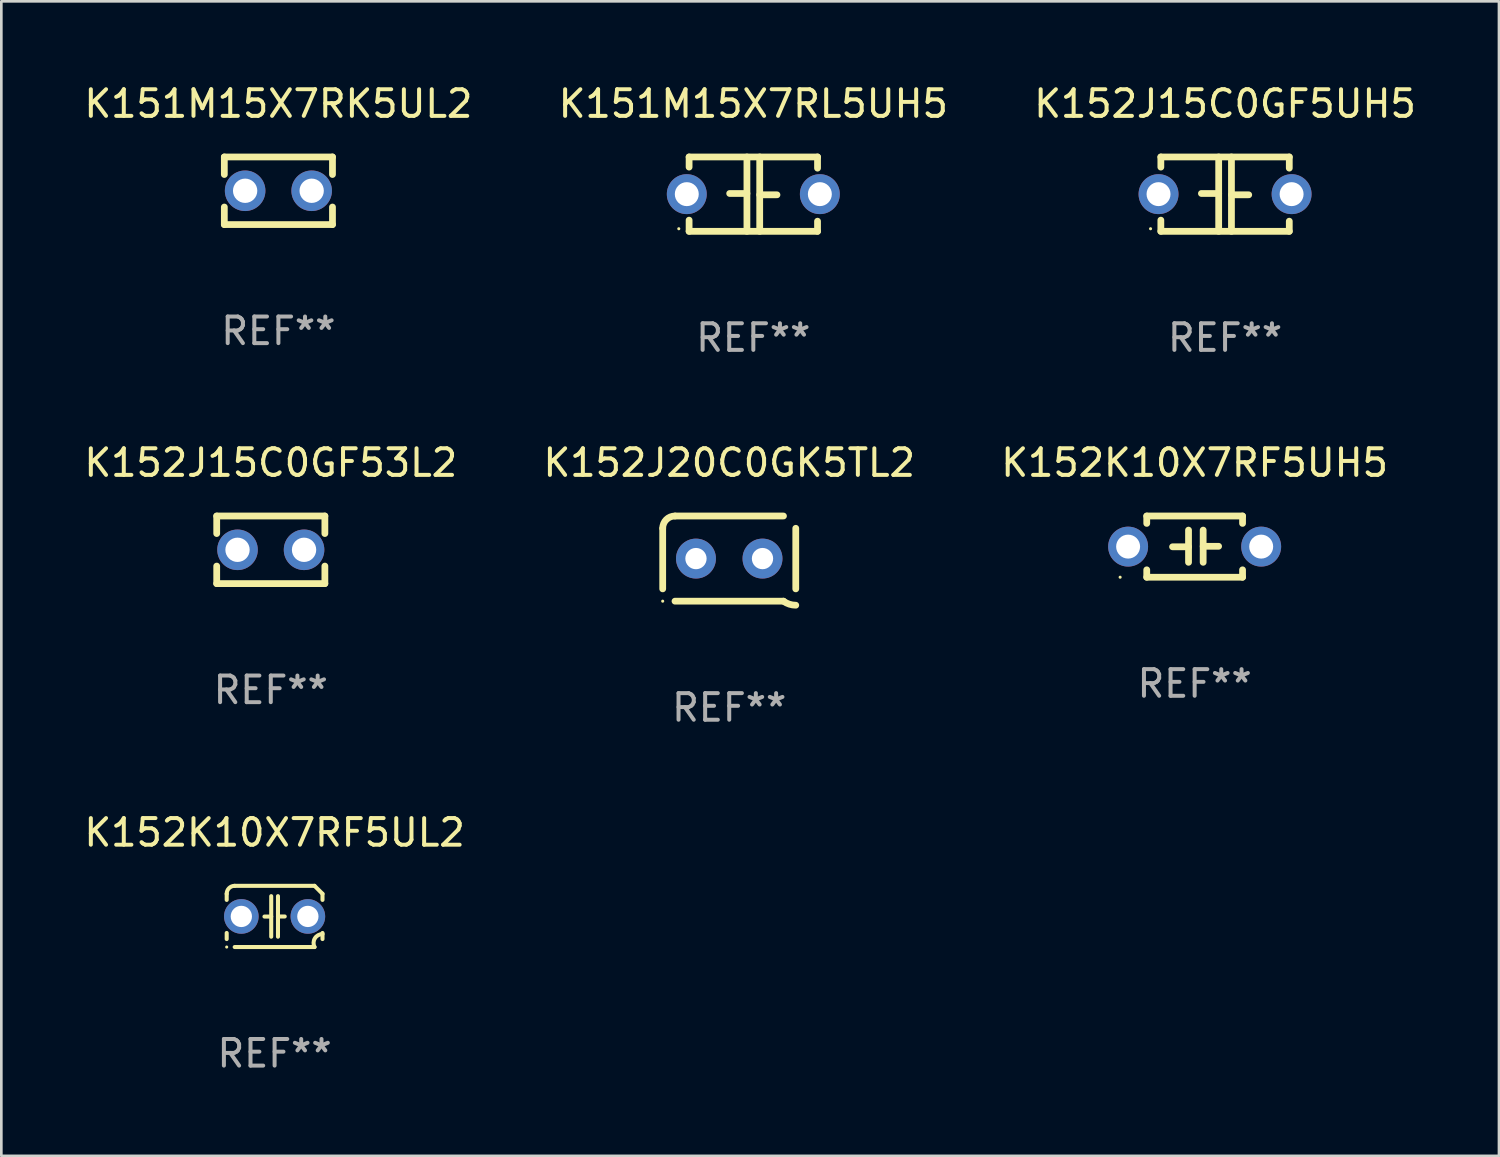
<source format=kicad_pcb>
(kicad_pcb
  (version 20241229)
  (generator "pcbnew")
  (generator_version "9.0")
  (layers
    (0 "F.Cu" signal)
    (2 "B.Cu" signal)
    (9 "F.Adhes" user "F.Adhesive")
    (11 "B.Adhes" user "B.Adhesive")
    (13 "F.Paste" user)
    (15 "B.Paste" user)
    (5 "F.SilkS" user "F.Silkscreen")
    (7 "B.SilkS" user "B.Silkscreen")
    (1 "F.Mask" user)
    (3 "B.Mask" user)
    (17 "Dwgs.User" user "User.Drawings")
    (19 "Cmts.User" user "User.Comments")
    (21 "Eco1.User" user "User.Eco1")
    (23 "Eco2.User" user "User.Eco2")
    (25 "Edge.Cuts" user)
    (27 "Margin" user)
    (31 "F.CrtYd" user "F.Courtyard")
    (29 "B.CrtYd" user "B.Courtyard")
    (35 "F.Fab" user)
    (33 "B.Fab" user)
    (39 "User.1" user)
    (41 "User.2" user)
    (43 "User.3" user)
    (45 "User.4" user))
  (footprint "K151M15X7RK5UL2"
    (layer "F.Cu")
    (at 7.411 4.118)
    (property "Reference" "K151M15X7RK5UL2" (at 0 -3.27 0) (layer "F.SilkS") (effects (font (size 1 1) (thickness 0.15))))
    (attr through_hole)
    (fp_line (start -2.032 -1.27) (end -2.032 -0.611) (stroke (width 0.254) (type solid)) (layer "F.SilkS"))
    (fp_line (start -2.032 0.611) (end -2.032 1.27) (stroke (width 0.254) (type solid)) (layer "F.SilkS"))
    (fp_line (start -2.032 1.27) (end 2.032 1.27) (stroke (width 0.254) (type solid)) (layer "F.SilkS"))
    (fp_line (start 2.032 -1.27) (end -2.032 -1.27) (stroke (width 0.254) (type solid)) (layer "F.SilkS"))
    (fp_line (start 2.032 -0.611) (end 2.032 -1.27) (stroke (width 0.254) (type solid)) (layer "F.SilkS"))
    (fp_line (start 2.032 1.27) (end 2.032 0.611) (stroke (width 0.254) (type solid)) (layer "F.SilkS"))
    (fp_circle (center -2 1.3) (end -1.97 1.3) (stroke (width 0.06) (type solid)) (fill no) (layer "F.SilkS"))
    (fp_text user "REF**" (at 0 5.27 0) (layer "F.Fab") (effects (font (size 1 1) (thickness 0.15))))
    (pad "1" thru_hole circle (at -1.25 0) (size 1.524 1.524) (drill 0.914) (layers "*.Cu" "*.Mask"))
    (pad "2" thru_hole circle (at 1.25 0) (size 1.524 1.524) (drill 0.914) (layers "*.Cu" "*.Mask")))
  (footprint "K152J20C0GK5TL2"
    (layer "F.Cu")
    (at 24.351 17.939)
    (property "Reference" "K152J20C0GK5TL2" (at 0 -3.6 0) (layer "F.SilkS") (effects (font (size 1 1) (thickness 0.15))))
    (attr through_hole)
    (fp_line (start -2.5 1.138) (end -2.5 -1.138) (stroke (width 0.254) (type solid)) (layer "F.SilkS"))
    (fp_line (start -2.038 1.6) (end 2.038 1.6) (stroke (width 0.254) (type solid)) (layer "F.SilkS"))
    (fp_line (start 2.038 -1.6) (end -2.038 -1.6) (stroke (width 0.254) (type solid)) (layer "F.SilkS"))
    (fp_line (start 2.5 -1.138) (end 2.5 1.138) (stroke (width 0.254) (type solid)) (layer "F.SilkS"))
    (fp_arc (start -2.5 -1.137744) (mid -2.364601 -1.464626) (end -2.037719 -1.600025) (stroke (width 0.254001) (type solid)) (layer "F.SilkS"))
    (fp_arc (start -2.5 1.137719) (mid 2.500022 -1.137741) (end -2.5 1.137719) (stroke (width 0.254001) (type solid)) (layer "F.SilkS"))
    (fp_arc (start 2.5 1.751767) (mid 2.256726 1.712861) (end 2.037719 1.600025) (stroke (width 0.254001) (type solid)) (layer "F.SilkS"))
    (fp_circle (center -2.5 1.6) (end -2.47 1.6) (stroke (width 0.06) (type solid)) (fill no) (layer "F.SilkS"))
    (fp_text user "REF**" (at 0 5.6 0) (layer "F.Fab") (effects (font (size 1 1) (thickness 0.15))))
    (pad "1" thru_hole circle (at -1.25 -0.000076) (size 1.5 1.5) (drill 0.8) (layers "*.Cu" "*.Mask"))
    (pad "2" thru_hole circle (at 1.25 -0.000076) (size 1.5 1.5) (drill 0.8) (layers "*.Cu" "*.Mask")))
  (footprint "K152J15C0GF5UH5"
    (layer "F.Cu")
    (at 42.982 4.245)
    (property "Reference" "K152J15C0GF5UH5" (at 0 -3.397 0) (layer "F.SilkS") (effects (font (size 1 1) (thickness 0.15))))
    (attr through_hole)
    (fp_line (start -2.413 -1.397) (end 2.413 -1.397) (stroke (width 0.254) (type solid)) (layer "F.SilkS"))
    (fp_line (start -2.413 -1.016) (end -2.413 -1.397) (stroke (width 0.254) (type solid)) (layer "F.SilkS"))
    (fp_line (start -2.413 0.977) (end -2.413 1.397) (stroke (width 0.254) (type solid)) (layer "F.SilkS"))
    (fp_line (start -0.24 -0.025) (end -0.889 -0.025) (stroke (width 0.254) (type solid)) (layer "F.SilkS"))
    (fp_line (start -0.24 1.397) (end -0.24 -1.397) (stroke (width 0.254) (type solid)) (layer "F.SilkS"))
    (fp_line (start 0.24 -1.397) (end 0.24 1.397) (stroke (width 0.254) (type solid)) (layer "F.SilkS"))
    (fp_line (start 0.24 0.025) (end 0.889 0.025) (stroke (width 0.254) (type solid)) (layer "F.SilkS"))
    (fp_line (start 2.413 -0.977) (end 2.413 -1.397) (stroke (width 0.254) (type solid)) (layer "F.SilkS"))
    (fp_line (start 2.413 1.016) (end 2.413 1.397) (stroke (width 0.254) (type solid)) (layer "F.SilkS"))
    (fp_line (start 2.413 1.397) (end -2.413 1.397) (stroke (width 0.254) (type solid)) (layer "F.SilkS"))
    (fp_circle (center -2.8 1.3) (end -2.77 1.3) (stroke (width 0.06) (type solid)) (fill no) (layer "F.SilkS"))
    (fp_text user "REF**" (at 0 5.397 0) (layer "F.Fab") (effects (font (size 1 1) (thickness 0.15))))
    (pad "1" thru_hole circle (at -2.5 0) (size 1.5 1.5) (drill 0.9) (layers "*.Cu" "*.Mask"))
    (pad "2" thru_hole circle (at 2.5 0) (size 1.5 1.5) (drill 0.9) (layers "*.Cu" "*.Mask")))
  (footprint "K152J15C0GF53L2"
    (layer "F.Cu")
    (at 7.125 17.609)
    (property "Reference" "K152J15C0GF53L2" (at 0 -3.27 0) (layer "F.SilkS") (effects (font (size 1 1) (thickness 0.15))))
    (attr through_hole)
    (fp_line (start -2.032 -1.27) (end -2.032 -0.611) (stroke (width 0.254) (type solid)) (layer "F.SilkS"))
    (fp_line (start -2.032 0.611) (end -2.032 1.27) (stroke (width 0.254) (type solid)) (layer "F.SilkS"))
    (fp_line (start -2.032 1.27) (end 2.032 1.27) (stroke (width 0.254) (type solid)) (layer "F.SilkS"))
    (fp_line (start 2.032 -1.27) (end -2.032 -1.27) (stroke (width 0.254) (type solid)) (layer "F.SilkS"))
    (fp_line (start 2.032 -0.611) (end 2.032 -1.27) (stroke (width 0.254) (type solid)) (layer "F.SilkS"))
    (fp_line (start 2.032 1.27) (end 2.032 0.611) (stroke (width 0.254) (type solid)) (layer "F.SilkS"))
    (fp_circle (center -2 1.3) (end -1.97 1.3) (stroke (width 0.06) (type solid)) (fill no) (layer "F.SilkS"))
    (fp_text user "REF**" (at 0 5.27 0) (layer "F.Fab") (effects (font (size 1 1) (thickness 0.15))))
    (pad "1" thru_hole circle (at -1.25 0) (size 1.524 1.524) (drill 0.914) (layers "*.Cu" "*.Mask"))
    (pad "2" thru_hole circle (at 1.25 0) (size 1.524 1.524) (drill 0.914) (layers "*.Cu" "*.Mask")))
  (footprint "K152K10X7RF5UL2"
    (layer "F.Cu")
    (at 7.268 31.385)
    (property "Reference" "K152K10X7RF5UL2" (at 0 -3.15 0) (layer "F.SilkS") (effects (font (size 1 1) (thickness 0.15))))
    (attr through_hole)
    (fp_line (start -1.8 -0.621) (end -1.8 -0.85) (stroke (width 0.152) (type solid)) (layer "F.SilkS"))
    (fp_line (start -1.8 0.85) (end -1.8 0.621) (stroke (width 0.152) (type solid)) (layer "F.SilkS"))
    (fp_line (start -1.5 -1.15) (end 1.5 -1.15) (stroke (width 0.152) (type solid)) (layer "F.SilkS"))
    (fp_line (start -0.127 -0.762) (end -0.127 0.762) (stroke (width 0.152) (type solid)) (layer "F.SilkS"))
    (fp_line (start -0.127 0.005) (end -0.381 0.005) (stroke (width 0.152) (type solid)) (layer "F.SilkS"))
    (fp_line (start 0.127 -0.762) (end 0.127 0.762) (stroke (width 0.152) (type solid)) (layer "F.SilkS"))
    (fp_line (start 0.127 0.002) (end 0.381 0.002) (stroke (width 0.152) (type solid)) (layer "F.SilkS"))
    (fp_line (start 1.5 1.15) (end -1.5 1.15) (stroke (width 0.152) (type solid)) (layer "F.SilkS"))
    (fp_line (start 1.8 -0.85) (end 1.8 -0.621) (stroke (width 0.152) (type solid)) (layer "F.SilkS"))
    (fp_line (start 1.8 0.621) (end 1.8 0.85) (stroke (width 0.152) (type solid)) (layer "F.SilkS"))
    (fp_arc (start -1.799975 -0.849987) (mid -1.712107 -1.062119) (end -1.499975 -1.149987) (stroke (width 0.151994) (type solid)) (layer "F.SilkS"))
    (fp_arc (start 1.499975 1.149987) (mid 1.513726 0.822359) (end 1.799975 0.662387) (stroke (width 0.151994) (type solid)) (layer "F.SilkS"))
    (fp_arc (start 1.500001 -1.149986) (mid 1.650015 -1.000001) (end 1.8 -0.849987) (stroke (width 0.151994) (type solid)) (layer "F.SilkS"))
    (fp_circle (center -1.8 1.15) (end -1.77 1.15) (stroke (width 0.06) (type solid)) (fill no) (layer "F.SilkS"))
    (fp_text user "REF**" (at 0 5.15 0) (layer "F.Fab") (effects (font (size 1 1) (thickness 0.15))))
    (pad "1" thru_hole circle (at -1.25 0) (size 1.3 1.3) (drill 0.8) (layers "*.Cu" "*.Mask"))
    (pad "2" thru_hole circle (at 1.25 0) (size 1.3 1.3) (drill 0.8) (layers "*.Cu" "*.Mask")))
  (footprint "K152K10X7RF5UH5"
    (layer "F.Cu")
    (at 41.839 17.489)
    (property "Reference" "K152K10X7RF5UH5" (at 0 -3.15 0) (layer "F.SilkS") (effects (font (size 1 1) (thickness 0.15))))
    (attr through_hole)
    (fp_line (start -1.8 -1.15) (end -1.8 -0.872) (stroke (width 0.254) (type solid)) (layer "F.SilkS"))
    (fp_line (start -1.8 -1.15) (end 1.8 -1.15) (stroke (width 0.254) (type solid)) (layer "F.SilkS"))
    (fp_line (start -1.8 0.872) (end -1.8 1.15) (stroke (width 0.254) (type solid)) (layer "F.SilkS"))
    (fp_line (start -1.8 1.15) (end 1.8 1.15) (stroke (width 0.254) (type solid)) (layer "F.SilkS"))
    (fp_line (start -0.23 -0.62) (end -0.23 0.59) (stroke (width 0.254) (type solid)) (layer "F.SilkS"))
    (fp_line (start -0.23 0.007) (end -0.83 0.007) (stroke (width 0.254) (type solid)) (layer "F.SilkS"))
    (fp_line (start 0.32 -0.62) (end 0.32 0.59) (stroke (width 0.254) (type solid)) (layer "F.SilkS"))
    (fp_line (start 0.32 -0.012) (end 0.9 -0.012) (stroke (width 0.254) (type solid)) (layer "F.SilkS"))
    (fp_line (start 1.8 -1.15) (end 1.8 -0.872) (stroke (width 0.254) (type solid)) (layer "F.SilkS"))
    (fp_line (start 1.8 0.872) (end 1.8 1.15) (stroke (width 0.254) (type solid)) (layer "F.SilkS"))
    (fp_circle (center -2.8 1.15) (end -2.77 1.15) (stroke (width 0.06) (type solid)) (fill no) (layer "F.SilkS"))
    (fp_text user "REF**" (at 0 5.15 0) (layer "F.Fab") (effects (font (size 1 1) (thickness 0.15))))
    (pad "1" thru_hole circle (at -2.5 0) (size 1.5 1.5) (drill 0.9) (layers "*.Cu" "*.Mask"))
    (pad "2" thru_hole circle (at 2.5 0) (size 1.5 1.5) (drill 0.9) (layers "*.Cu" "*.Mask")))
  (footprint "K151M15X7RL5UH5"
    (layer "F.Cu")
    (at 25.256 4.245)
    (property "Reference" "K151M15X7RL5UH5" (at 0 -3.397 0) (layer "F.SilkS") (effects (font (size 1 1) (thickness 0.15))))
    (attr through_hole)
    (fp_line (start -2.413 -1.397) (end 2.413 -1.397) (stroke (width 0.254) (type solid)) (layer "F.SilkS"))
    (fp_line (start -2.413 -1.016) (end -2.413 -1.397) (stroke (width 0.254) (type solid)) (layer "F.SilkS"))
    (fp_line (start -2.413 0.977) (end -2.413 1.397) (stroke (width 0.254) (type solid)) (layer "F.SilkS"))
    (fp_line (start -0.24 -0.025) (end -0.889 -0.025) (stroke (width 0.254) (type solid)) (layer "F.SilkS"))
    (fp_line (start -0.24 1.397) (end -0.24 -1.397) (stroke (width 0.254) (type solid)) (layer "F.SilkS"))
    (fp_line (start 0.24 -1.397) (end 0.24 1.397) (stroke (width 0.254) (type solid)) (layer "F.SilkS"))
    (fp_line (start 0.24 0.025) (end 0.889 0.025) (stroke (width 0.254) (type solid)) (layer "F.SilkS"))
    (fp_line (start 2.413 -0.977) (end 2.413 -1.397) (stroke (width 0.254) (type solid)) (layer "F.SilkS"))
    (fp_line (start 2.413 1.016) (end 2.413 1.397) (stroke (width 0.254) (type solid)) (layer "F.SilkS"))
    (fp_line (start 2.413 1.397) (end -2.413 1.397) (stroke (width 0.254) (type solid)) (layer "F.SilkS"))
    (fp_circle (center -2.8 1.3) (end -2.77 1.3) (stroke (width 0.06) (type solid)) (fill no) (layer "F.SilkS"))
    (fp_text user "REF**" (at 0 5.397 0) (layer "F.Fab") (effects (font (size 1 1) (thickness 0.15))))
    (pad "1" thru_hole circle (at -2.5 0) (size 1.5 1.5) (drill 0.9) (layers "*.Cu" "*.Mask"))
    (pad "2" thru_hole circle (at 2.5 0) (size 1.5 1.5) (drill 0.9) (layers "*.Cu" "*.Mask")))
  (gr_rect
    (start -3 -3)
    (end 53.274 40.383)
    (stroke (width 0.1) (type default))
    (fill no)
    (layer "Edge.Cuts")))
</source>
